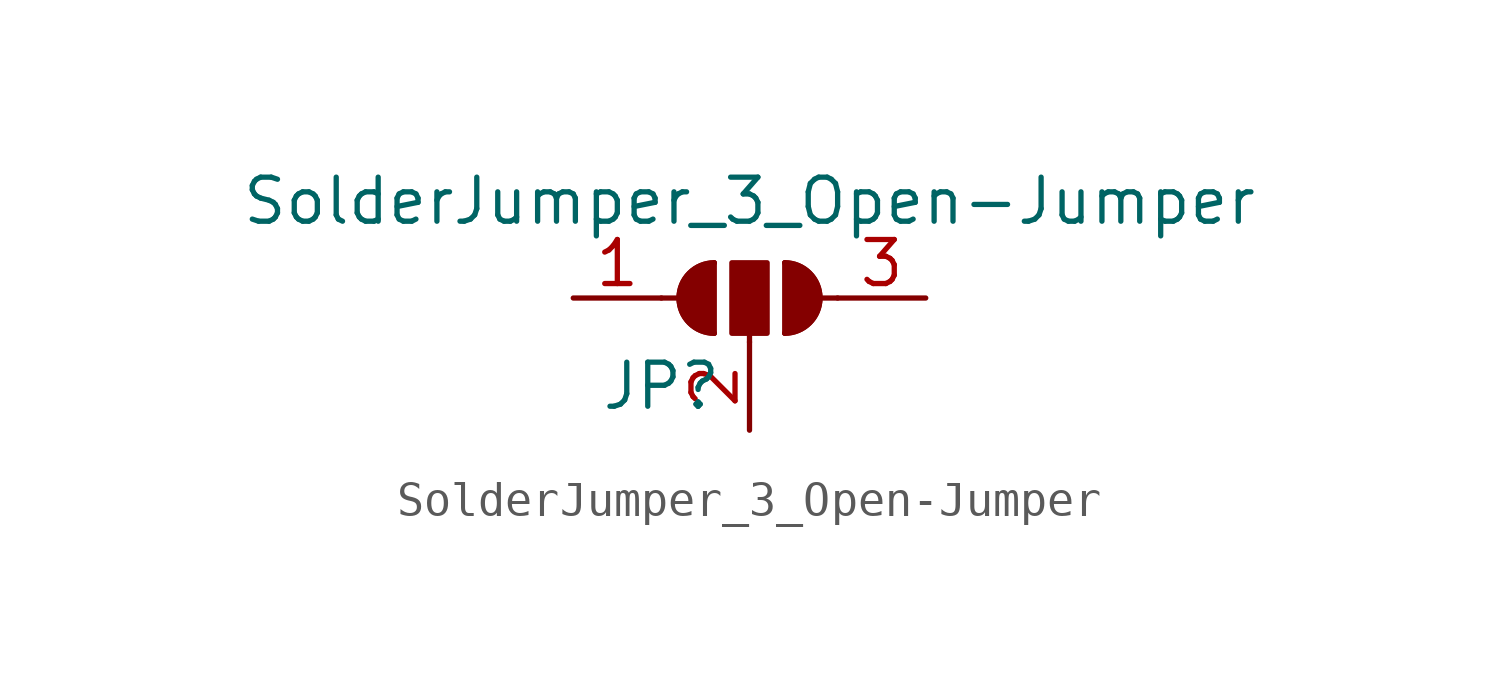
<source format=kicad_sym>
(kicad_symbol_lib
  (version 20211014)
  (generator kicad_symbol_editor)
  (symbol "SolderJumper_3_Open-Jumper"
    (pin_names
      (offset 0) hide)
    (property "Reference" "JP"
      (at -2.54 -2.54 0)
      (effects (font (size 1.27 1.27))))
    (property "Value" "SolderJumper_3_Open-Jumper"
      (at 0 2.794 0)
      (effects (font (size 1.27 1.27))))
    (symbol "SolderJumper_3_Open-Jumper_0_1"
      (arc (start -1.016 1.016) (mid -2.032 0) (end -1.016 -1.016) (stroke (width 0) (type default) (color 0 0 0 0)) (fill (type none)))
      (arc (start -1.016 1.016) (mid -2.032 0) (end -1.016 -1.016) (stroke (width 0) (type default) (color 0 0 0 0)) (fill (type outline)))
      (rectangle (start -0.508 1.016) (end 0.508 -1.016) (stroke (width 0) (type default) (color 0 0 0 0)) (fill (type outline)))
      (polyline (pts (xy -2.54 0) (xy -2.032 0)) (stroke (width 0) (type default) (color 0 0 0 0)) (fill (type none)))
      (polyline (pts (xy -1.016 1.016) (xy -1.016 -1.016)) (stroke (width 0) (type default) (color 0 0 0 0)) (fill (type none)))
      (polyline (pts (xy 0 -1.27) (xy 0 -1.016)) (stroke (width 0) (type default) (color 0 0 0 0)) (fill (type none)))
      (polyline (pts (xy 1.016 1.016) (xy 1.016 -1.016)) (stroke (width 0) (type default) (color 0 0 0 0)) (fill (type none)))
      (polyline (pts (xy 2.54 0) (xy 2.032 0)) (stroke (width 0) (type default) (color 0 0 0 0)) (fill (type none)))
      (arc (start 1.016 -1.016) (mid 2.032 0) (end 1.016 1.016) (stroke (width 0) (type default) (color 0 0 0 0)) (fill (type none)))
      (arc (start 1.016 -1.016) (mid 2.032 0) (end 1.016 1.016) (stroke (width 0) (type default) (color 0 0 0 0)) (fill (type outline))))
    (symbol "SolderJumper_3_Open-Jumper_1_1"
      (pin input line (at -5.08 0 0) (length 2.54) (name "A" (effects (font (size 1.27 1.27)))) (number "1" (effects (font (size 1.27 1.27)))))
      (pin output line (at 0 -3.81 90) (length 2.54) (name "C" (effects (font (size 1.27 1.27)))) (number "2" (effects (font (size 1.27 1.27)))))
      (pin input line (at 5.08 0 180) (length 2.54) (name "B" (effects (font (size 1.27 1.27)))) (number "3" (effects (font (size 1.27 1.27))))))))
</source>
